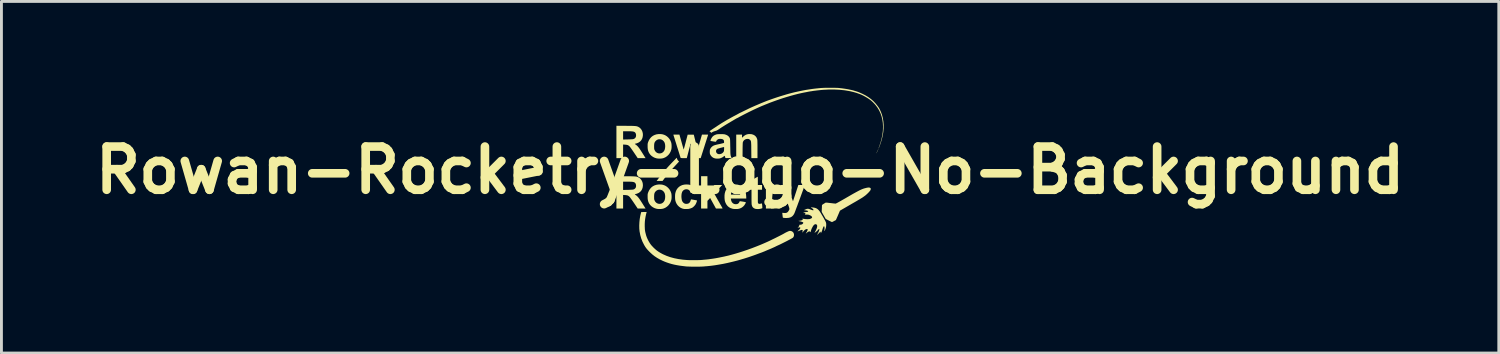
<source format=kicad_pcb>
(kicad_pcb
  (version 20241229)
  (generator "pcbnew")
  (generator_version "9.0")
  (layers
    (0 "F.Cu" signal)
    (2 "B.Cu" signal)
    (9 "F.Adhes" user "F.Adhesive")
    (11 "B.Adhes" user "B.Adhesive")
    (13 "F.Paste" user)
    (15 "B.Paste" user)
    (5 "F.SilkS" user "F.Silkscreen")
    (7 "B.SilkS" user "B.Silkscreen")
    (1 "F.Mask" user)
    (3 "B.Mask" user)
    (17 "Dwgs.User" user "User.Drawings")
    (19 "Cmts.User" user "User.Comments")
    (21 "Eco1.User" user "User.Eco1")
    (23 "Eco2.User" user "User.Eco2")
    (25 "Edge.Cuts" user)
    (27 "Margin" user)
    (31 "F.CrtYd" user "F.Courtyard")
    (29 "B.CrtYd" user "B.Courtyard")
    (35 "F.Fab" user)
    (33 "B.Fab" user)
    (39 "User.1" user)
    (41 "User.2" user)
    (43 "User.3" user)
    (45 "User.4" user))
  (footprint "Rowan-Rocketry-Logo-No-Background"
    (layer "F.Cu")
    (at 23.014 2.865)
    (property "Reference" "Rowan-Rocketry-Logo-No-Background" (at 0 0 0) (layer "F.SilkS") (effects (font (size 1.5 1.5) (thickness 0.3))))
    (attr board_only exclude_from_pos_files exclude_from_bom)
    (fp_poly (pts (xy 4.46 -0.742) (xy 4.454 -0.727) (xy 4.445 -0.706) (xy 4.434 -0.682) (xy 4.423 -0.656) (xy 4.411 -0.631) (xy 4.401 -0.609) (xy 4.393 -0.594) (xy 4.388 -0.586) (xy 4.388 -0.586) (xy 4.389 -0.591) (xy 4.394 -0.606) (xy 4.403 -0.627) (xy 4.415 -0.654) (xy 4.421 -0.668) (xy 4.435 -0.697) (xy 4.446 -0.721) (xy 4.455 -0.738) (xy 4.46 -0.747) (xy 4.461 -0.748)) (stroke (width 0) (type solid)) (fill yes) (layer "F.SilkS"))
    (fp_poly (pts (xy -2.538 -0.398) (xy -2.524 -0.364) (xy -2.503 -0.336) (xy -2.479 -0.315) (xy -2.476 -0.313) (xy -2.472 -0.31) (xy -2.471 -0.305) (xy -2.475 -0.298) (xy -2.484 -0.286) (xy -2.499 -0.269) (xy -2.522 -0.245) (xy -2.53 -0.235) (xy -2.62 -0.139) (xy -2.701 -0.05) (xy -2.775 0.035) (xy -2.843 0.115) (xy -2.906 0.193) (xy -2.965 0.27) (xy -2.974 0.281) (xy -3.042 0.372) (xy -3.145 0.372) (xy -3.248 0.372) (xy -3.161 0.258) (xy -3.127 0.214) (xy -3.1 0.178) (xy -3.077 0.148) (xy -3.057 0.123) (xy -3.039 0.1) (xy -3.021 0.078) (xy -3.002 0.056) (xy -2.981 0.031) (xy -2.956 0.002) (xy -2.951 -0.004) (xy -2.92 -0.04) (xy -2.893 -0.071) (xy -2.87 -0.097) (xy -2.848 -0.121) (xy -2.827 -0.145) (xy -2.804 -0.169) (xy -2.779 -0.196) (xy -2.749 -0.228) (xy -2.713 -0.265) (xy -2.684 -0.295) (xy -2.55 -0.434)) (stroke (width 0) (type solid)) (fill yes) (layer "F.SilkS"))
    (fp_poly (pts (xy -1.482 0.498) (xy -1.48 0.789) (xy -1.36 0.651) (xy -1.239 0.513) (xy -1.105 0.513) (xy -0.97 0.513) (xy -1.106 0.659) (xy -1.139 0.695) (xy -1.169 0.727) (xy -1.195 0.756) (xy -1.217 0.78) (xy -1.233 0.798) (xy -1.242 0.808) (xy -1.244 0.811) (xy -1.241 0.817) (xy -1.233 0.833) (xy -1.22 0.857) (xy -1.203 0.888) (xy -1.182 0.926) (xy -1.158 0.969) (xy -1.131 1.017) (xy -1.105 1.063) (xy -1.076 1.113) (xy -1.049 1.161) (xy -1.024 1.204) (xy -1.002 1.242) (xy -0.984 1.274) (xy -0.97 1.298) (xy -0.961 1.314) (xy -0.958 1.32) (xy -0.956 1.324) (xy -0.958 1.326) (xy -0.964 1.328) (xy -0.976 1.33) (xy -0.996 1.33) (xy -1.025 1.331) (xy -1.064 1.331) (xy -1.07 1.331) (xy -1.187 1.33) (xy -1.288 1.147) (xy -1.389 0.964) (xy -1.436 1.015) (xy -1.483 1.065) (xy -1.483 1.198) (xy -1.483 1.331) (xy -1.593 1.331) (xy -1.703 1.331) (xy -1.703 0.769) (xy -1.703 0.208) (xy -1.593 0.208) (xy -1.483 0.208)) (stroke (width 0) (type solid)) (fill yes) (layer "F.SilkS"))
    (fp_poly (pts (xy 0.046 -1.253) (xy 0.101 -1.238) (xy 0.148 -1.215) (xy 0.187 -1.183) (xy 0.218 -1.144) (xy 0.24 -1.096) (xy 0.25 -1.06) (xy 0.251 -1.044) (xy 0.253 -1.016) (xy 0.254 -0.977) (xy 0.255 -0.928) (xy 0.256 -0.868) (xy 0.256 -0.799) (xy 0.256 -0.722) (xy 0.256 -0.421) (xy 0.15 -0.421) (xy 0.044 -0.421) (xy 0.041 -0.697) (xy 0.04 -0.768) (xy 0.04 -0.828) (xy 0.039 -0.878) (xy 0.037 -0.918) (xy 0.035 -0.951) (xy 0.033 -0.977) (xy 0.03 -0.998) (xy 0.026 -1.014) (xy 0.021 -1.026) (xy 0.015 -1.036) (xy 0.007 -1.045) (xy -0.001 -1.054) (xy -0.001 -1.054) (xy -0.024 -1.072) (xy -0.045 -1.083) (xy -0.069 -1.088) (xy -0.092 -1.089) (xy -0.137 -1.083) (xy -0.177 -1.067) (xy -0.211 -1.042) (xy -0.237 -1.007) (xy -0.248 -0.983) (xy -0.251 -0.975) (xy -0.253 -0.965) (xy -0.255 -0.953) (xy -0.256 -0.936) (xy -0.257 -0.913) (xy -0.258 -0.884) (xy -0.259 -0.848) (xy -0.26 -0.803) (xy -0.261 -0.747) (xy -0.261 -0.688) (xy -0.263 -0.421) (xy -0.373 -0.421) (xy -0.482 -0.421) (xy -0.482 -0.83) (xy -0.482 -1.239) (xy -0.382 -1.239) (xy -0.281 -1.239) (xy -0.281 -1.183) (xy -0.281 -1.128) (xy -0.239 -1.167) (xy -0.193 -1.205) (xy -0.147 -1.232) (xy -0.097 -1.249) (xy -0.043 -1.257) (xy -0.015 -1.257)) (stroke (width 0) (type solid)) (fill yes) (layer "F.SilkS"))
    (fp_poly (pts (xy 0.266 0.232) (xy 0.267 0.248) (xy 0.268 0.273) (xy 0.268 0.306) (xy 0.269 0.343) (xy 0.269 0.369) (xy 0.269 0.513) (xy 0.342 0.513) (xy 0.415 0.513) (xy 0.415 0.595) (xy 0.415 0.678) (xy 0.342 0.678) (xy 0.269 0.678) (xy 0.269 0.906) (xy 0.269 0.965) (xy 0.269 1.012) (xy 0.269 1.051) (xy 0.269 1.08) (xy 0.27 1.103) (xy 0.271 1.119) (xy 0.273 1.131) (xy 0.275 1.139) (xy 0.277 1.144) (xy 0.28 1.149) (xy 0.281 1.149) (xy 0.297 1.163) (xy 0.319 1.169) (xy 0.347 1.167) (xy 0.365 1.163) (xy 0.385 1.158) (xy 0.401 1.155) (xy 0.407 1.154) (xy 0.41 1.159) (xy 0.414 1.174) (xy 0.417 1.196) (xy 0.42 1.222) (xy 0.422 1.25) (xy 0.424 1.276) (xy 0.425 1.298) (xy 0.425 1.313) (xy 0.423 1.319) (xy 0.415 1.323) (xy 0.398 1.329) (xy 0.376 1.335) (xy 0.37 1.337) (xy 0.328 1.345) (xy 0.283 1.349) (xy 0.239 1.348) (xy 0.199 1.344) (xy 0.173 1.338) (xy 0.131 1.319) (xy 0.099 1.293) (xy 0.075 1.26) (xy 0.06 1.218) (xy 0.055 1.197) (xy 0.054 1.183) (xy 0.052 1.159) (xy 0.051 1.124) (xy 0.05 1.082) (xy 0.049 1.033) (xy 0.049 0.979) (xy 0.049 0.921) (xy 0.049 0.921) (xy 0.049 0.678) (xy 0 0.678) (xy -0.049 0.678) (xy -0.049 0.595) (xy -0.049 0.513) (xy 0 0.513) (xy 0.049 0.513) (xy 0.049 0.432) (xy 0.049 0.351) (xy 0.155 0.288) (xy 0.187 0.269) (xy 0.216 0.253) (xy 0.24 0.239) (xy 0.256 0.23) (xy 0.264 0.226) (xy 0.265 0.226)) (stroke (width 0) (type solid)) (fill yes) (layer "F.SilkS"))
    (fp_poly (pts (xy -3.087 -1.255) (xy -3.034 -1.246) (xy -2.985 -1.23) (xy -2.948 -1.214) (xy -2.894 -1.18) (xy -2.845 -1.137) (xy -2.802 -1.086) (xy -2.768 -1.029) (xy -2.744 -0.967) (xy -2.737 -0.943) (xy -2.731 -0.901) (xy -2.728 -0.853) (xy -2.728 -0.802) (xy -2.732 -0.754) (xy -2.74 -0.713) (xy -2.763 -0.647) (xy -2.796 -0.587) (xy -2.837 -0.534) (xy -2.886 -0.488) (xy -2.941 -0.451) (xy -3.001 -0.424) (xy -3.046 -0.412) (xy -3.081 -0.407) (xy -3.123 -0.404) (xy -3.167 -0.404) (xy -3.209 -0.407) (xy -3.244 -0.412) (xy -3.245 -0.412) (xy -3.312 -0.432) (xy -3.373 -0.462) (xy -3.427 -0.5) (xy -3.473 -0.546) (xy -3.51 -0.599) (xy -3.517 -0.613) (xy -3.534 -0.651) (xy -3.547 -0.69) (xy -3.555 -0.731) (xy -3.56 -0.779) (xy -3.561 -0.83) (xy -3.336 -0.83) (xy -3.335 -0.794) (xy -3.335 -0.767) (xy -3.333 -0.747) (xy -3.33 -0.73) (xy -3.325 -0.716) (xy -3.322 -0.708) (xy -3.299 -0.664) (xy -3.268 -0.629) (xy -3.232 -0.604) (xy -3.19 -0.588) (xy -3.146 -0.583) (xy -3.1 -0.589) (xy -3.07 -0.599) (xy -3.037 -0.619) (xy -3.006 -0.648) (xy -2.982 -0.683) (xy -2.967 -0.717) (xy -2.955 -0.771) (xy -2.95 -0.827) (xy -2.953 -0.882) (xy -2.963 -0.932) (xy -2.973 -0.961) (xy -2.984 -0.981) (xy -2.999 -1.003) (xy -3.013 -1.019) (xy -3.048 -1.049) (xy -3.088 -1.068) (xy -3.13 -1.077) (xy -3.174 -1.076) (xy -3.215 -1.064) (xy -3.254 -1.042) (xy -3.284 -1.015) (xy -3.303 -0.991) (xy -3.317 -0.967) (xy -3.326 -0.941) (xy -3.332 -0.909) (xy -3.335 -0.87) (xy -3.336 -0.83) (xy -3.561 -0.83) (xy -3.561 -0.833) (xy -3.561 -0.87) (xy -3.561 -0.897) (xy -3.559 -0.918) (xy -3.556 -0.935) (xy -3.552 -0.952) (xy -3.545 -0.972) (xy -3.545 -0.974) (xy -3.515 -1.043) (xy -3.477 -1.103) (xy -3.432 -1.154) (xy -3.379 -1.195) (xy -3.32 -1.225) (xy -3.255 -1.246) (xy -3.183 -1.256) (xy -3.147 -1.257)) (stroke (width 0) (type solid)) (fill yes) (layer "F.SilkS"))
    (fp_poly (pts (xy -3.087 0.497) (xy -3.034 0.506) (xy -2.985 0.522) (xy -2.948 0.538) (xy -2.894 0.572) (xy -2.845 0.615) (xy -2.802 0.666) (xy -2.768 0.723) (xy -2.744 0.785) (xy -2.737 0.809) (xy -2.731 0.85) (xy -2.728 0.899) (xy -2.728 0.95) (xy -2.732 0.998) (xy -2.74 1.039) (xy -2.763 1.105) (xy -2.796 1.165) (xy -2.837 1.218) (xy -2.886 1.264) (xy -2.941 1.301) (xy -3.001 1.328) (xy -3.046 1.34) (xy -3.081 1.345) (xy -3.123 1.348) (xy -3.167 1.348) (xy -3.209 1.345) (xy -3.244 1.34) (xy -3.245 1.34) (xy -3.312 1.32) (xy -3.373 1.29) (xy -3.427 1.252) (xy -3.473 1.206) (xy -3.51 1.153) (xy -3.517 1.139) (xy -3.534 1.101) (xy -3.547 1.062) (xy -3.555 1.021) (xy -3.56 0.973) (xy -3.561 0.922) (xy -3.336 0.922) (xy -3.335 0.958) (xy -3.335 0.985) (xy -3.333 1.005) (xy -3.33 1.021) (xy -3.325 1.036) (xy -3.322 1.044) (xy -3.299 1.088) (xy -3.268 1.123) (xy -3.232 1.148) (xy -3.19 1.164) (xy -3.146 1.169) (xy -3.1 1.163) (xy -3.07 1.153) (xy -3.037 1.133) (xy -3.006 1.104) (xy -2.982 1.069) (xy -2.967 1.035) (xy -2.955 0.981) (xy -2.95 0.925) (xy -2.953 0.87) (xy -2.963 0.819) (xy -2.973 0.791) (xy -2.984 0.771) (xy -2.999 0.748) (xy -3.013 0.733) (xy -3.048 0.703) (xy -3.088 0.684) (xy -3.13 0.675) (xy -3.174 0.676) (xy -3.215 0.688) (xy -3.254 0.709) (xy -3.284 0.737) (xy -3.303 0.76) (xy -3.317 0.785) (xy -3.326 0.811) (xy -3.332 0.843) (xy -3.335 0.882) (xy -3.336 0.922) (xy -3.561 0.922) (xy -3.561 0.919) (xy -3.561 0.882) (xy -3.561 0.855) (xy -3.559 0.834) (xy -3.556 0.817) (xy -3.552 0.8) (xy -3.545 0.78) (xy -3.545 0.778) (xy -3.515 0.709) (xy -3.477 0.649) (xy -3.432 0.598) (xy -3.379 0.557) (xy -3.32 0.527) (xy -3.255 0.506) (xy -3.183 0.496) (xy -3.147 0.495)) (stroke (width 0) (type solid)) (fill yes) (layer "F.SilkS"))
    (fp_poly (pts (xy -4.32 -1.543) (xy -4.244 -1.542) (xy -4.178 -1.541) (xy -4.123 -1.541) (xy -4.077 -1.54) (xy -4.038 -1.538) (xy -4.006 -1.536) (xy -3.98 -1.534) (xy -3.958 -1.531) (xy -3.939 -1.527) (xy -3.923 -1.523) (xy -3.908 -1.517) (xy -3.893 -1.511) (xy -3.879 -1.504) (xy -3.835 -1.476) (xy -3.797 -1.438) (xy -3.766 -1.393) (xy -3.743 -1.342) (xy -3.729 -1.286) (xy -3.725 -1.227) (xy -3.726 -1.209) (xy -3.735 -1.146) (xy -3.755 -1.089) (xy -3.784 -1.04) (xy -3.823 -0.998) (xy -3.871 -0.964) (xy -3.928 -0.939) (xy -3.957 -0.93) (xy -3.978 -0.925) (xy -3.995 -0.92) (xy -4.004 -0.918) (xy -4.004 -0.913) (xy -3.995 -0.904) (xy -3.98 -0.893) (xy -3.958 -0.878) (xy -3.938 -0.861) (xy -3.918 -0.843) (xy -3.898 -0.821) (xy -3.876 -0.795) (xy -3.852 -0.763) (xy -3.826 -0.726) (xy -3.796 -0.68) (xy -3.762 -0.627) (xy -3.722 -0.564) (xy -3.716 -0.554) (xy -3.633 -0.421) (xy -3.769 -0.421) (xy -3.906 -0.421) (xy -4.029 -0.605) (xy -4.059 -0.649) (xy -4.088 -0.691) (xy -4.115 -0.73) (xy -4.14 -0.764) (xy -4.161 -0.793) (xy -4.176 -0.813) (xy -4.185 -0.824) (xy -4.209 -0.847) (xy -4.233 -0.864) (xy -4.259 -0.876) (xy -4.291 -0.883) (xy -4.331 -0.888) (xy -4.346 -0.889) (xy -4.413 -0.893) (xy -4.413 -0.657) (xy -4.413 -0.421) (xy -4.529 -0.421) (xy -4.645 -0.421) (xy -4.645 -0.983) (xy -4.645 -1.211) (xy -4.413 -1.211) (xy -4.413 -1.066) (xy -4.253 -1.07) (xy -4.208 -1.071) (xy -4.165 -1.073) (xy -4.127 -1.075) (xy -4.095 -1.077) (xy -4.072 -1.079) (xy -4.06 -1.081) (xy -4.028 -1.093) (xy -3.999 -1.115) (xy -3.978 -1.142) (xy -3.968 -1.166) (xy -3.962 -1.202) (xy -3.964 -1.238) (xy -3.972 -1.272) (xy -3.984 -1.296) (xy -3.996 -1.311) (xy -4.009 -1.323) (xy -4.026 -1.333) (xy -4.046 -1.34) (xy -4.072 -1.346) (xy -4.104 -1.35) (xy -4.145 -1.353) (xy -4.195 -1.354) (xy -4.255 -1.355) (xy -4.275 -1.355) (xy -4.413 -1.355) (xy -4.413 -1.211) (xy -4.645 -1.211) (xy -4.645 -1.545)) (stroke (width 0) (type solid)) (fill yes) (layer "F.SilkS"))
    (fp_poly (pts (xy -4.32 0.209) (xy -4.244 0.21) (xy -4.178 0.21) (xy -4.123 0.211) (xy -4.077 0.212) (xy -4.038 0.214) (xy -4.006 0.216) (xy -3.98 0.218) (xy -3.958 0.221) (xy -3.939 0.225) (xy -3.923 0.229) (xy -3.908 0.235) (xy -3.893 0.241) (xy -3.879 0.248) (xy -3.835 0.276) (xy -3.797 0.314) (xy -3.766 0.359) (xy -3.743 0.41) (xy -3.729 0.466) (xy -3.725 0.525) (xy -3.726 0.543) (xy -3.735 0.606) (xy -3.755 0.663) (xy -3.784 0.712) (xy -3.823 0.754) (xy -3.871 0.788) (xy -3.928 0.813) (xy -3.957 0.822) (xy -3.978 0.827) (xy -3.995 0.832) (xy -4.004 0.834) (xy -4.004 0.839) (xy -3.995 0.848) (xy -3.98 0.859) (xy -3.958 0.874) (xy -3.938 0.89) (xy -3.918 0.909) (xy -3.898 0.931) (xy -3.876 0.957) (xy -3.852 0.989) (xy -3.826 1.026) (xy -3.796 1.072) (xy -3.762 1.125) (xy -3.722 1.188) (xy -3.716 1.198) (xy -3.633 1.331) (xy -3.769 1.331) (xy -3.906 1.331) (xy -4.029 1.147) (xy -4.059 1.103) (xy -4.088 1.061) (xy -4.115 1.022) (xy -4.14 0.988) (xy -4.161 0.959) (xy -4.176 0.939) (xy -4.185 0.928) (xy -4.209 0.905) (xy -4.233 0.888) (xy -4.259 0.876) (xy -4.291 0.869) (xy -4.331 0.864) (xy -4.346 0.863) (xy -4.413 0.859) (xy -4.413 1.095) (xy -4.413 1.331) (xy -4.529 1.331) (xy -4.645 1.331) (xy -4.645 0.769) (xy -4.645 0.541) (xy -4.413 0.541) (xy -4.413 0.685) (xy -4.253 0.682) (xy -4.208 0.681) (xy -4.165 0.679) (xy -4.127 0.677) (xy -4.095 0.675) (xy -4.072 0.673) (xy -4.06 0.671) (xy -4.028 0.659) (xy -3.999 0.637) (xy -3.978 0.61) (xy -3.968 0.586) (xy -3.962 0.55) (xy -3.964 0.514) (xy -3.972 0.48) (xy -3.984 0.456) (xy -3.996 0.441) (xy -4.009 0.429) (xy -4.026 0.419) (xy -4.046 0.412) (xy -4.072 0.406) (xy -4.104 0.402) (xy -4.145 0.399) (xy -4.195 0.398) (xy -4.255 0.397) (xy -4.275 0.397) (xy -4.413 0.397) (xy -4.413 0.541) (xy -4.645 0.541) (xy -4.645 0.207)) (stroke (width 0) (type solid)) (fill yes) (layer "F.SilkS"))
    (fp_poly (pts (xy -0.446 0.499) (xy -0.384 0.514) (xy -0.328 0.538) (xy -0.277 0.573) (xy -0.25 0.597) (xy -0.211 0.644) (xy -0.18 0.698) (xy -0.158 0.759) (xy -0.143 0.828) (xy -0.136 0.905) (xy -0.133 0.983) (xy -0.401 0.983) (xy -0.669 0.983) (xy -0.664 1.021) (xy -0.653 1.069) (xy -0.633 1.11) (xy -0.605 1.142) (xy -0.57 1.165) (xy -0.53 1.178) (xy -0.498 1.18) (xy -0.457 1.177) (xy -0.425 1.165) (xy -0.399 1.145) (xy -0.384 1.125) (xy -0.374 1.108) (xy -0.368 1.094) (xy -0.366 1.089) (xy -0.362 1.079) (xy -0.36 1.077) (xy -0.352 1.077) (xy -0.334 1.078) (xy -0.31 1.082) (xy -0.281 1.086) (xy -0.25 1.091) (xy -0.219 1.096) (xy -0.191 1.102) (xy -0.168 1.106) (xy -0.154 1.11) (xy -0.15 1.112) (xy -0.149 1.121) (xy -0.155 1.138) (xy -0.167 1.164) (xy -0.168 1.165) (xy -0.201 1.218) (xy -0.243 1.263) (xy -0.293 1.3) (xy -0.349 1.327) (xy -0.395 1.34) (xy -0.433 1.346) (xy -0.478 1.348) (xy -0.526 1.348) (xy -0.571 1.345) (xy -0.61 1.339) (xy -0.615 1.337) (xy -0.678 1.316) (xy -0.733 1.286) (xy -0.78 1.246) (xy -0.819 1.198) (xy -0.841 1.159) (xy -0.859 1.121) (xy -0.871 1.086) (xy -0.88 1.05) (xy -0.885 1.01) (xy -0.889 0.963) (xy -0.889 0.952) (xy -0.889 0.875) (xy -0.884 0.832) (xy -0.665 0.832) (xy -0.665 0.848) (xy -0.506 0.848) (xy -0.346 0.848) (xy -0.35 0.816) (xy -0.355 0.794) (xy -0.364 0.767) (xy -0.374 0.745) (xy -0.387 0.721) (xy -0.4 0.705) (xy -0.417 0.692) (xy -0.426 0.686) (xy -0.466 0.668) (xy -0.507 0.662) (xy -0.546 0.666) (xy -0.582 0.681) (xy -0.613 0.704) (xy -0.638 0.737) (xy -0.656 0.777) (xy -0.657 0.783) (xy -0.662 0.804) (xy -0.665 0.824) (xy -0.665 0.832) (xy -0.884 0.832) (xy -0.881 0.806) (xy -0.864 0.744) (xy -0.84 0.687) (xy -0.81 0.639) (xy -0.768 0.59) (xy -0.719 0.551) (xy -0.663 0.522) (xy -0.601 0.503) (xy -0.534 0.495) (xy -0.516 0.495)) (stroke (width 0) (type solid)) (fill yes) (layer "F.SilkS"))
    (fp_poly (pts (xy -2.143 0.498) (xy -2.08 0.51) (xy -2.026 0.53) (xy -1.978 0.559) (xy -1.937 0.597) (xy -1.912 0.629) (xy -1.896 0.653) (xy -1.881 0.679) (xy -1.87 0.704) (xy -1.861 0.726) (xy -1.858 0.742) (xy -1.859 0.75) (xy -1.867 0.753) (xy -1.883 0.756) (xy -1.907 0.761) (xy -1.935 0.767) (xy -1.966 0.772) (xy -1.996 0.777) (xy -2.023 0.782) (xy -2.046 0.785) (xy -2.061 0.787) (xy -2.066 0.787) (xy -2.069 0.78) (xy -2.074 0.766) (xy -2.078 0.753) (xy -2.095 0.719) (xy -2.119 0.693) (xy -2.149 0.674) (xy -2.183 0.664) (xy -2.219 0.661) (xy -2.255 0.666) (xy -2.289 0.679) (xy -2.32 0.7) (xy -2.346 0.729) (xy -2.362 0.757) (xy -2.376 0.8) (xy -2.384 0.852) (xy -2.387 0.908) (xy -2.384 0.966) (xy -2.375 1.023) (xy -2.369 1.049) (xy -2.353 1.086) (xy -2.328 1.12) (xy -2.296 1.146) (xy -2.289 1.15) (xy -2.268 1.161) (xy -2.25 1.166) (xy -2.228 1.168) (xy -2.213 1.169) (xy -2.17 1.164) (xy -2.134 1.151) (xy -2.105 1.127) (xy -2.082 1.094) (xy -2.065 1.05) (xy -2.065 1.05) (xy -2.06 1.031) (xy -2.055 1.018) (xy -2.054 1.014) (xy -2.047 1.014) (xy -2.031 1.016) (xy -2.008 1.02) (xy -1.98 1.024) (xy -1.95 1.03) (xy -1.919 1.035) (xy -1.892 1.04) (xy -1.869 1.045) (xy -1.853 1.048) (xy -1.847 1.05) (xy -1.846 1.059) (xy -1.85 1.075) (xy -1.856 1.098) (xy -1.866 1.124) (xy -1.877 1.15) (xy -1.889 1.175) (xy -1.909 1.207) (xy -1.937 1.24) (xy -1.968 1.271) (xy -2 1.296) (xy -2.022 1.308) (xy -2.079 1.33) (xy -2.139 1.344) (xy -2.204 1.348) (xy -2.218 1.348) (xy -2.247 1.348) (xy -2.273 1.347) (xy -2.293 1.346) (xy -2.301 1.345) (xy -2.363 1.329) (xy -2.42 1.302) (xy -2.471 1.265) (xy -2.516 1.22) (xy -2.553 1.167) (xy -2.581 1.108) (xy -2.598 1.05) (xy -2.604 1.014) (xy -2.607 0.97) (xy -2.608 0.921) (xy -2.607 0.873) (xy -2.604 0.829) (xy -2.598 0.794) (xy -2.578 0.726) (xy -2.548 0.666) (xy -2.51 0.615) (xy -2.463 0.572) (xy -2.409 0.538) (xy -2.348 0.513) (xy -2.281 0.499) (xy -2.215 0.494)) (stroke (width 0) (type solid)) (fill yes) (layer "F.SilkS"))
    (fp_poly (pts (xy -2.383 -0.98) (xy -2.368 -0.926) (xy -2.354 -0.876) (xy -2.341 -0.831) (xy -2.329 -0.792) (xy -2.32 -0.76) (xy -2.313 -0.737) (xy -2.309 -0.723) (xy -2.307 -0.72) (xy -2.305 -0.726) (xy -2.3 -0.742) (xy -2.293 -0.768) (xy -2.284 -0.802) (xy -2.272 -0.843) (xy -2.26 -0.89) (xy -2.246 -0.941) (xy -2.237 -0.978) (xy -2.17 -1.236) (xy -2.063 -1.236) (xy -1.957 -1.236) (xy -1.893 -0.978) (xy -1.879 -0.924) (xy -1.866 -0.874) (xy -1.855 -0.829) (xy -1.845 -0.79) (xy -1.836 -0.759) (xy -1.83 -0.736) (xy -1.826 -0.723) (xy -1.825 -0.72) (xy -1.823 -0.726) (xy -1.817 -0.742) (xy -1.81 -0.768) (xy -1.799 -0.801) (xy -1.788 -0.841) (xy -1.774 -0.887) (xy -1.76 -0.936) (xy -1.756 -0.951) (xy -1.741 -1.003) (xy -1.726 -1.052) (xy -1.713 -1.098) (xy -1.702 -1.138) (xy -1.692 -1.17) (xy -1.685 -1.195) (xy -1.681 -1.209) (xy -1.681 -1.21) (xy -1.672 -1.239) (xy -1.565 -1.239) (xy -1.526 -1.239) (xy -1.498 -1.239) (xy -1.479 -1.238) (xy -1.468 -1.237) (xy -1.462 -1.234) (xy -1.46 -1.231) (xy -1.46 -1.228) (xy -1.463 -1.221) (xy -1.468 -1.203) (xy -1.477 -1.175) (xy -1.489 -1.138) (xy -1.503 -1.094) (xy -1.519 -1.043) (xy -1.537 -0.986) (xy -1.557 -0.925) (xy -1.578 -0.859) (xy -1.59 -0.82) (xy -1.717 -0.421) (xy -1.822 -0.421) (xy -1.927 -0.421) (xy -1.993 -0.67) (xy -2.007 -0.723) (xy -2.02 -0.773) (xy -2.032 -0.818) (xy -2.043 -0.857) (xy -2.052 -0.888) (xy -2.058 -0.911) (xy -2.062 -0.924) (xy -2.063 -0.926) (xy -2.065 -0.922) (xy -2.07 -0.907) (xy -2.077 -0.883) (xy -2.087 -0.85) (xy -2.098 -0.81) (xy -2.11 -0.765) (xy -2.124 -0.714) (xy -2.133 -0.677) (xy -2.2 -0.421) (xy -2.306 -0.421) (xy -2.347 -0.421) (xy -2.377 -0.422) (xy -2.398 -0.424) (xy -2.41 -0.426) (xy -2.414 -0.429) (xy -2.414 -0.429) (xy -2.417 -0.435) (xy -2.422 -0.452) (xy -2.43 -0.479) (xy -2.441 -0.513) (xy -2.454 -0.555) (xy -2.469 -0.602) (xy -2.485 -0.654) (xy -2.503 -0.71) (xy -2.521 -0.768) (xy -2.54 -0.827) (xy -2.558 -0.886) (xy -2.576 -0.945) (xy -2.594 -1) (xy -2.61 -1.053) (xy -2.625 -1.101) (xy -2.638 -1.143) (xy -2.649 -1.178) (xy -2.658 -1.205) (xy -2.664 -1.223) (xy -2.665 -1.228) (xy -2.666 -1.232) (xy -2.663 -1.235) (xy -2.655 -1.237) (xy -2.642 -1.238) (xy -2.62 -1.239) (xy -2.589 -1.239) (xy -2.562 -1.239) (xy -2.456 -1.239)) (stroke (width 0) (type solid)) (fill yes) (layer "F.SilkS"))
    (fp_poly (pts (xy 4.155 0.605) (xy 4.178 0.616) (xy 4.191 0.633) (xy 4.193 0.655) (xy 4.185 0.684) (xy 4.18 0.695) (xy 4.169 0.712) (xy 4.15 0.735) (xy 4.126 0.762) (xy 4.098 0.792) (xy 4.067 0.821) (xy 4.037 0.849) (xy 4.008 0.874) (xy 3.992 0.886) (xy 3.977 0.897) (xy 3.963 0.907) (xy 3.949 0.917) (xy 3.935 0.927) (xy 3.92 0.938) (xy 3.903 0.949) (xy 3.884 0.961) (xy 3.863 0.974) (xy 3.838 0.989) (xy 3.808 1.007) (xy 3.774 1.027) (xy 3.735 1.05) (xy 3.69 1.077) (xy 3.638 1.107) (xy 3.578 1.141) (xy 3.511 1.18) (xy 3.435 1.224) (xy 3.35 1.273) (xy 3.255 1.328) (xy 3.241 1.336) (xy 3.122 1.405) (xy 3.071 1.525) (xy 3.054 1.564) (xy 3.038 1.602) (xy 3.022 1.637) (xy 3.01 1.666) (xy 3.001 1.686) (xy 3 1.689) (xy 2.98 1.732) (xy 2.916 1.766) (xy 2.89 1.78) (xy 2.868 1.791) (xy 2.852 1.798) (xy 2.844 1.801) (xy 2.836 1.798) (xy 2.819 1.79) (xy 2.795 1.779) (xy 2.766 1.764) (xy 2.733 1.748) (xy 2.732 1.747) (xy 2.628 1.693) (xy 2.557 1.569) (xy 2.534 1.529) (xy 2.517 1.499) (xy 2.504 1.476) (xy 2.496 1.458) (xy 2.49 1.445) (xy 2.488 1.435) (xy 2.487 1.426) (xy 2.488 1.417) (xy 2.489 1.399) (xy 2.491 1.372) (xy 2.492 1.34) (xy 2.494 1.305) (xy 2.495 1.272) (xy 2.496 1.244) (xy 2.497 1.224) (xy 2.497 1.223) (xy 2.497 1.215) (xy 2.501 1.207) (xy 2.51 1.199) (xy 2.524 1.188) (xy 2.547 1.173) (xy 2.557 1.167) (xy 2.582 1.152) (xy 2.603 1.139) (xy 2.619 1.13) (xy 2.626 1.126) (xy 2.633 1.125) (xy 2.648 1.126) (xy 2.67 1.127) (xy 2.702 1.13) (xy 2.743 1.135) (xy 2.795 1.141) (xy 2.858 1.148) (xy 2.878 1.151) (xy 2.908 1.154) (xy 2.936 1.157) (xy 2.958 1.159) (xy 2.97 1.16) (xy 2.977 1.158) (xy 2.991 1.152) (xy 3.013 1.141) (xy 3.042 1.126) (xy 3.078 1.106) (xy 3.124 1.081) (xy 3.178 1.05) (xy 3.241 1.014) (xy 3.315 0.972) (xy 3.354 0.949) (xy 3.441 0.899) (xy 3.517 0.855) (xy 3.585 0.816) (xy 3.645 0.783) (xy 3.698 0.754) (xy 3.745 0.729) (xy 3.786 0.707) (xy 3.822 0.689) (xy 3.855 0.674) (xy 3.885 0.661) (xy 3.913 0.65) (xy 3.94 0.64) (xy 3.967 0.632) (xy 3.994 0.624) (xy 4.011 0.62) (xy 4.06 0.608) (xy 4.101 0.602) (xy 4.133 0.602)) (stroke (width 0) (type solid)) (fill yes) (layer "F.SilkS"))
    (fp_poly (pts (xy -0.958 -1.254) (xy -0.921 -1.252) (xy -0.892 -1.249) (xy -0.879 -1.246) (xy -0.828 -1.229) (xy -0.783 -1.205) (xy -0.746 -1.175) (xy -0.719 -1.14) (xy -0.705 -1.111) (xy -0.702 -1.102) (xy -0.7 -1.091) (xy -0.698 -1.078) (xy -0.696 -1.062) (xy -0.695 -1.04) (xy -0.694 -1.013) (xy -0.693 -0.978) (xy -0.692 -0.934) (xy -0.691 -0.881) (xy -0.69 -0.817) (xy -0.689 -0.812) (xy -0.688 -0.745) (xy -0.687 -0.688) (xy -0.686 -0.642) (xy -0.685 -0.603) (xy -0.683 -0.572) (xy -0.68 -0.546) (xy -0.678 -0.525) (xy -0.674 -0.506) (xy -0.669 -0.49) (xy -0.664 -0.474) (xy -0.657 -0.458) (xy -0.653 -0.449) (xy -0.641 -0.421) (xy -0.749 -0.423) (xy -0.858 -0.424) (xy -0.869 -0.462) (xy -0.876 -0.482) (xy -0.882 -0.496) (xy -0.887 -0.501) (xy -0.894 -0.497) (xy -0.907 -0.487) (xy -0.916 -0.48) (xy -0.952 -0.454) (xy -0.994 -0.432) (xy -1.037 -0.415) (xy -1.047 -0.412) (xy -1.08 -0.406) (xy -1.12 -0.404) (xy -1.162 -0.404) (xy -1.201 -0.408) (xy -1.227 -0.413) (xy -1.278 -0.432) (xy -1.322 -0.462) (xy -1.359 -0.501) (xy -1.384 -0.543) (xy -1.392 -0.56) (xy -1.397 -0.576) (xy -1.399 -0.593) (xy -1.401 -0.617) (xy -1.401 -0.641) (xy -1.401 -0.671) (xy -1.4 -0.674) (xy -1.184 -0.674) (xy -1.183 -0.645) (xy -1.174 -0.617) (xy -1.157 -0.593) (xy -1.133 -0.573) (xy -1.104 -0.561) (xy -1.072 -0.558) (xy -1.035 -0.563) (xy -0.999 -0.574) (xy -0.991 -0.577) (xy -0.959 -0.598) (xy -0.933 -0.624) (xy -0.914 -0.654) (xy -0.911 -0.665) (xy -0.908 -0.678) (xy -0.906 -0.698) (xy -0.905 -0.722) (xy -0.903 -0.747) (xy -0.903 -0.771) (xy -0.903 -0.791) (xy -0.905 -0.803) (xy -0.906 -0.806) (xy -0.917 -0.804) (xy -0.937 -0.8) (xy -0.964 -0.793) (xy -0.995 -0.785) (xy -1.028 -0.777) (xy -1.061 -0.768) (xy -1.09 -0.759) (xy -1.115 -0.752) (xy -1.131 -0.747) (xy -1.136 -0.745) (xy -1.161 -0.726) (xy -1.177 -0.702) (xy -1.184 -0.674) (xy -1.4 -0.674) (xy -1.399 -0.693) (xy -1.396 -0.71) (xy -1.391 -0.727) (xy -1.383 -0.743) (xy -1.358 -0.784) (xy -1.324 -0.819) (xy -1.283 -0.848) (xy -1.277 -0.851) (xy -1.256 -0.86) (xy -1.231 -0.87) (xy -1.199 -0.879) (xy -1.16 -0.889) (xy -1.112 -0.9) (xy -1.068 -0.909) (xy -1.033 -0.917) (xy -0.999 -0.925) (xy -0.969 -0.932) (xy -0.947 -0.938) (xy -0.943 -0.939) (xy -0.906 -0.95) (xy -0.905 -0.983) (xy -0.907 -1.019) (xy -0.918 -1.046) (xy -0.938 -1.067) (xy -0.968 -1.081) (xy -1.002 -1.088) (xy -1.052 -1.09) (xy -1.094 -1.084) (xy -1.13 -1.067) (xy -1.158 -1.042) (xy -1.175 -1.014) (xy -1.179 -1.004) (xy -1.184 -0.997) (xy -1.19 -0.992) (xy -1.2 -0.991) (xy -1.215 -0.991) (xy -1.237 -0.994) (xy -1.269 -0.999) (xy -1.294 -1.003) (xy -1.377 -1.017) (xy -1.375 -1.035) (xy -1.37 -1.055) (xy -1.359 -1.082) (xy -1.344 -1.111) (xy -1.326 -1.139) (xy -1.308 -1.164) (xy -1.301 -1.171) (xy -1.266 -1.201) (xy -1.225 -1.224) (xy -1.175 -1.243) (xy -1.153 -1.248) (xy -1.122 -1.251) (xy -1.084 -1.254) (xy -1.042 -1.255) (xy -0.999 -1.255)) (stroke (width 0) (type solid)) (fill yes) (layer "F.SilkS"))
    (fp_poly (pts (xy 0.953 0.496) (xy 0.993 0.502) (xy 1.027 0.512) (xy 1.033 0.514) (xy 1.053 0.523) (xy 1.064 0.526) (xy 1.068 0.523) (xy 1.068 0.522) (xy 1.07 0.518) (xy 1.076 0.516) (xy 1.088 0.515) (xy 1.108 0.513) (xy 1.137 0.513) (xy 1.176 0.513) (xy 1.183 0.513) (xy 1.297 0.513) (xy 1.392 0.796) (xy 1.41 0.852) (xy 1.428 0.904) (xy 1.444 0.952) (xy 1.459 0.993) (xy 1.471 1.027) (xy 1.48 1.053) (xy 1.487 1.069) (xy 1.49 1.076) (xy 1.49 1.076) (xy 1.493 1.069) (xy 1.499 1.052) (xy 1.508 1.026) (xy 1.519 0.991) (xy 1.533 0.95) (xy 1.549 0.902) (xy 1.566 0.85) (xy 1.584 0.794) (xy 1.585 0.792) (xy 1.676 0.513) (xy 1.788 0.513) (xy 1.827 0.513) (xy 1.856 0.513) (xy 1.876 0.514) (xy 1.889 0.515) (xy 1.895 0.517) (xy 1.897 0.52) (xy 1.897 0.523) (xy 1.893 0.535) (xy 1.886 0.557) (xy 1.875 0.589) (xy 1.86 0.628) (xy 1.844 0.675) (xy 1.825 0.727) (xy 1.804 0.785) (xy 1.781 0.846) (xy 1.758 0.91) (xy 1.734 0.976) (xy 1.709 1.042) (xy 1.685 1.108) (xy 1.661 1.172) (xy 1.639 1.234) (xy 1.617 1.291) (xy 1.597 1.344) (xy 1.58 1.391) (xy 1.565 1.431) (xy 1.553 1.463) (xy 1.544 1.486) (xy 1.539 1.498) (xy 1.538 1.499) (xy 1.51 1.549) (xy 1.477 1.589) (xy 1.439 1.619) (xy 1.394 1.641) (xy 1.341 1.654) (xy 1.28 1.659) (xy 1.255 1.66) (xy 1.225 1.659) (xy 1.197 1.658) (xy 1.174 1.656) (xy 1.164 1.655) (xy 1.149 1.651) (xy 1.139 1.648) (xy 1.139 1.647) (xy 1.137 1.641) (xy 1.134 1.625) (xy 1.131 1.602) (xy 1.128 1.575) (xy 1.125 1.548) (xy 1.122 1.522) (xy 1.12 1.5) (xy 1.118 1.485) (xy 1.119 1.48) (xy 1.125 1.48) (xy 1.141 1.481) (xy 1.162 1.484) (xy 1.167 1.484) (xy 1.215 1.487) (xy 1.255 1.482) (xy 1.288 1.468) (xy 1.315 1.444) (xy 1.339 1.41) (xy 1.342 1.404) (xy 1.349 1.392) (xy 1.355 1.382) (xy 1.359 1.372) (xy 1.363 1.363) (xy 1.365 1.352) (xy 1.365 1.34) (xy 1.363 1.325) (xy 1.359 1.306) (xy 1.352 1.283) (xy 1.343 1.255) (xy 1.33 1.22) (xy 1.315 1.178) (xy 1.297 1.128) (xy 1.274 1.069) (xy 1.248 1) (xy 1.224 0.935) (xy 1.195 0.858) (xy 1.17 0.792) (xy 1.149 0.736) (xy 1.131 0.689) (xy 1.116 0.651) (xy 1.104 0.62) (xy 1.094 0.596) (xy 1.086 0.578) (xy 1.081 0.566) (xy 1.076 0.559) (xy 1.073 0.555) (xy 1.071 0.555) (xy 1.069 0.557) (xy 1.068 0.559) (xy 1.063 0.572) (xy 1.055 0.594) (xy 1.046 0.62) (xy 1.041 0.635) (xy 1.031 0.662) (xy 1.023 0.685) (xy 1.016 0.703) (xy 1.014 0.709) (xy 1.008 0.726) (xy 0.975 0.71) (xy 0.943 0.698) (xy 0.908 0.693) (xy 0.875 0.696) (xy 0.85 0.704) (xy 0.833 0.716) (xy 0.817 0.731) (xy 0.804 0.752) (xy 0.793 0.778) (xy 0.784 0.81) (xy 0.777 0.85) (xy 0.772 0.898) (xy 0.768 0.954) (xy 0.765 1.021) (xy 0.763 1.098) (xy 0.763 1.177) (xy 0.763 1.331) (xy 0.656 1.331) (xy 0.549 1.331) (xy 0.549 0.922) (xy 0.549 0.513) (xy 0.65 0.513) (xy 0.751 0.513) (xy 0.751 0.565) (xy 0.751 0.618) (xy 0.779 0.58) (xy 0.813 0.541) (xy 0.848 0.514) (xy 0.881 0.5) (xy 0.915 0.495)) (stroke (width 0) (type solid)) (fill yes) (layer "F.SilkS"))
    (fp_poly (pts (xy -3.597 1.451) (xy -3.595 1.451) (xy -3.597 1.457) (xy -3.6 1.472) (xy -3.606 1.495) (xy -3.613 1.523) (xy -3.614 1.527) (xy -3.634 1.619) (xy -3.648 1.704) (xy -3.657 1.785) (xy -3.661 1.867) (xy -3.661 1.953) (xy -3.661 1.959) (xy -3.659 1.995) (xy -3.658 2.028) (xy -3.656 2.055) (xy -3.655 2.074) (xy -3.654 2.082) (xy -3.651 2.097) (xy -3.648 2.118) (xy -3.647 2.124) (xy -3.643 2.146) (xy -3.636 2.175) (xy -3.627 2.21) (xy -3.618 2.246) (xy -3.608 2.28) (xy -3.598 2.308) (xy -3.594 2.32) (xy -3.571 2.375) (xy -3.544 2.432) (xy -3.513 2.488) (xy -3.481 2.54) (xy -3.449 2.585) (xy -3.423 2.617) (xy -3.361 2.683) (xy -3.301 2.74) (xy -3.242 2.79) (xy -3.179 2.834) (xy -3.111 2.875) (xy -3.035 2.916) (xy -3.025 2.921) (xy -2.904 2.974) (xy -2.775 3.02) (xy -2.638 3.057) (xy -2.493 3.086) (xy -2.338 3.108) (xy -2.207 3.119) (xy -2.173 3.121) (xy -2.13 3.123) (xy -2.081 3.124) (xy -2.028 3.124) (xy -1.972 3.125) (xy -1.915 3.125) (xy -1.861 3.124) (xy -1.81 3.123) (xy -1.765 3.122) (xy -1.729 3.121) (xy -1.703 3.119) (xy -1.676 3.117) (xy -1.642 3.114) (xy -1.604 3.11) (xy -1.569 3.107) (xy -1.534 3.104) (xy -1.5 3.101) (xy -1.469 3.097) (xy -1.447 3.095) (xy -1.447 3.095) (xy -1.419 3.091) (xy -1.387 3.086) (xy -1.361 3.083) (xy -1.292 3.073) (xy -1.215 3.061) (xy -1.138 3.047) (xy -1.063 3.033) (xy -1.022 3.024) (xy -0.983 3.016) (xy -0.943 3.008) (xy -0.905 3) (xy -0.874 2.993) (xy -0.861 2.99) (xy -0.807 2.978) (xy -0.744 2.963) (xy -0.673 2.944) (xy -0.596 2.923) (xy -0.515 2.9) (xy -0.432 2.875) (xy -0.35 2.85) (xy -0.269 2.824) (xy -0.229 2.811) (xy -0.082 2.761) (xy 0.067 2.707) (xy 0.215 2.65) (xy 0.358 2.593) (xy 0.464 2.548) (xy 0.493 2.535) (xy 0.519 2.524) (xy 0.539 2.515) (xy 0.551 2.51) (xy 0.552 2.509) (xy 0.582 2.496) (xy 0.62 2.479) (xy 0.665 2.458) (xy 0.715 2.434) (xy 0.769 2.407) (xy 0.826 2.38) (xy 0.883 2.352) (xy 0.94 2.323) (xy 0.994 2.296) (xy 1.045 2.27) (xy 1.09 2.247) (xy 1.128 2.227) (xy 1.158 2.211) (xy 1.172 2.203) (xy 1.211 2.18) (xy 1.251 2.159) (xy 1.289 2.141) (xy 1.324 2.125) (xy 1.352 2.114) (xy 1.372 2.109) (xy 1.374 2.108) (xy 1.412 2.109) (xy 1.448 2.121) (xy 1.48 2.142) (xy 1.506 2.171) (xy 1.51 2.179) (xy 1.523 2.215) (xy 1.526 2.253) (xy 1.52 2.29) (xy 1.504 2.324) (xy 1.486 2.345) (xy 1.475 2.353) (xy 1.455 2.365) (xy 1.427 2.38) (xy 1.392 2.4) (xy 1.351 2.421) (xy 1.306 2.445) (xy 1.258 2.47) (xy 1.208 2.495) (xy 1.158 2.52) (xy 1.11 2.544) (xy 1.064 2.567) (xy 1.022 2.587) (xy 0.985 2.604) (xy 0.977 2.607) (xy 0.947 2.621) (xy 0.921 2.633) (xy 0.902 2.642) (xy 0.89 2.648) (xy 0.888 2.649) (xy 0.88 2.654) (xy 0.863 2.662) (xy 0.837 2.674) (xy 0.806 2.688) (xy 0.77 2.704) (xy 0.732 2.721) (xy 0.692 2.738) (xy 0.654 2.754) (xy 0.641 2.759) (xy 0.605 2.774) (xy 0.565 2.791) (xy 0.528 2.807) (xy 0.501 2.819) (xy 0.467 2.832) (xy 0.428 2.848) (xy 0.389 2.863) (xy 0.363 2.872) (xy 0.329 2.884) (xy 0.288 2.899) (xy 0.246 2.915) (xy 0.206 2.93) (xy 0.201 2.932) (xy 0.157 2.948) (xy 0.106 2.966) (xy 0.051 2.985) (xy -0.006 3.005) (xy -0.063 3.024) (xy -0.116 3.041) (xy -0.164 3.056) (xy -0.202 3.068) (xy -0.208 3.07) (xy -0.239 3.079) (xy -0.278 3.09) (xy -0.318 3.102) (xy -0.354 3.113) (xy -0.411 3.129) (xy -0.478 3.147) (xy -0.552 3.166) (xy -0.63 3.185) (xy -0.709 3.204) (xy -0.787 3.222) (xy -0.862 3.238) (xy -0.93 3.252) (xy -0.968 3.259) (xy -1.1 3.282) (xy -1.222 3.302) (xy -1.333 3.317) (xy -1.433 3.328) (xy -1.485 3.333) (xy -1.518 3.336) (xy -1.55 3.338) (xy -1.577 3.341) (xy -1.593 3.342) (xy -1.625 3.345) (xy -1.666 3.347) (xy -1.716 3.349) (xy -1.771 3.351) (xy -1.83 3.351) (xy -1.891 3.352) (xy -1.951 3.352) (xy -2.008 3.351) (xy -2.027 3.351) (xy -2.072 3.349) (xy -2.115 3.348) (xy -2.154 3.346) (xy -2.187 3.345) (xy -2.211 3.344) (xy -2.222 3.343) (xy -2.34 3.329) (xy -2.447 3.315) (xy -2.546 3.298) (xy -2.637 3.28) (xy -2.723 3.259) (xy -2.805 3.235) (xy -2.885 3.208) (xy -2.965 3.178) (xy -3.038 3.147) (xy -3.141 3.097) (xy -3.234 3.044) (xy -3.32 2.987) (xy -3.401 2.923) (xy -3.478 2.852) (xy -3.482 2.848) (xy -3.527 2.803) (xy -3.564 2.763) (xy -3.595 2.727) (xy -3.622 2.692) (xy -3.647 2.655) (xy -3.672 2.614) (xy -3.688 2.585) (xy -3.741 2.48) (xy -3.784 2.368) (xy -3.817 2.252) (xy -3.839 2.134) (xy -3.84 2.133) (xy -3.85 2.032) (xy -3.852 1.924) (xy -3.847 1.812) (xy -3.836 1.699) (xy -3.817 1.587) (xy -3.797 1.503) (xy -3.791 1.481) (xy -3.787 1.464) (xy -3.784 1.456) (xy -3.784 1.456) (xy -3.777 1.455) (xy -3.762 1.454) (xy -3.739 1.453) (xy -3.712 1.452) (xy -3.682 1.452) (xy -3.654 1.451) (xy -3.628 1.451) (xy -3.609 1.45)) (stroke (width 0) (type solid)) (fill yes) (layer "F.SilkS"))
    (fp_poly (pts (xy 2.153 1.292) (xy 2.216 1.298) (xy 2.269 1.311) (xy 2.315 1.331) (xy 2.355 1.36) (xy 2.393 1.398) (xy 2.414 1.425) (xy 2.427 1.444) (xy 2.445 1.472) (xy 2.466 1.506) (xy 2.488 1.544) (xy 2.513 1.585) (xy 2.537 1.627) (xy 2.561 1.669) (xy 2.582 1.708) (xy 2.602 1.743) (xy 2.617 1.773) (xy 2.628 1.795) (xy 2.633 1.806) (xy 2.643 1.85) (xy 2.645 1.901) (xy 2.641 1.954) (xy 2.629 2.008) (xy 2.612 2.057) (xy 2.605 2.073) (xy 2.594 2.092) (xy 2.585 2.106) (xy 2.58 2.111) (xy 2.575 2.114) (xy 2.574 2.111) (xy 2.576 2.1) (xy 2.58 2.087) (xy 2.585 2.058) (xy 2.587 2.026) (xy 2.586 1.995) (xy 2.582 1.969) (xy 2.578 1.957) (xy 2.571 1.946) (xy 2.566 1.944) (xy 2.558 1.951) (xy 2.558 1.951) (xy 2.548 1.967) (xy 2.536 1.993) (xy 2.523 2.027) (xy 2.511 2.067) (xy 2.508 2.075) (xy 2.501 2.099) (xy 2.491 2.125) (xy 2.48 2.15) (xy 2.469 2.171) (xy 2.46 2.185) (xy 2.454 2.191) (xy 2.454 2.191) (xy 2.452 2.186) (xy 2.454 2.173) (xy 2.455 2.166) (xy 2.459 2.148) (xy 2.457 2.138) (xy 2.45 2.137) (xy 2.436 2.145) (xy 2.416 2.162) (xy 2.392 2.186) (xy 2.365 2.213) (xy 2.345 2.231) (xy 2.333 2.239) (xy 2.328 2.239) (xy 2.331 2.229) (xy 2.333 2.227) (xy 2.34 2.215) (xy 2.344 2.21) (xy 2.352 2.199) (xy 2.363 2.181) (xy 2.374 2.157) (xy 2.385 2.131) (xy 2.395 2.105) (xy 2.402 2.081) (xy 2.407 2.062) (xy 2.407 2.051) (xy 2.406 2.049) (xy 2.395 2.046) (xy 2.38 2.053) (xy 2.362 2.07) (xy 2.353 2.082) (xy 2.34 2.097) (xy 2.322 2.114) (xy 2.301 2.132) (xy 2.28 2.149) (xy 2.26 2.163) (xy 2.245 2.171) (xy 2.239 2.173) (xy 2.239 2.169) (xy 2.245 2.158) (xy 2.249 2.153) (xy 2.262 2.132) (xy 2.277 2.104) (xy 2.293 2.07) (xy 2.308 2.036) (xy 2.319 2.005) (xy 2.326 1.981) (xy 2.326 1.98) (xy 2.331 1.942) (xy 2.327 1.913) (xy 2.315 1.892) (xy 2.295 1.879) (xy 2.281 1.876) (xy 2.257 1.877) (xy 2.233 1.889) (xy 2.209 1.911) (xy 2.184 1.945) (xy 2.159 1.99) (xy 2.146 2.015) (xy 2.133 2.045) (xy 2.122 2.076) (xy 2.113 2.103) (xy 2.111 2.114) (xy 2.102 2.155) (xy 2.089 2.14) (xy 2.073 2.128) (xy 2.059 2.124) (xy 2.041 2.128) (xy 2.018 2.139) (xy 1.993 2.155) (xy 1.97 2.173) (xy 1.966 2.177) (xy 1.952 2.189) (xy 1.942 2.196) (xy 1.94 2.198) (xy 1.938 2.193) (xy 1.942 2.183) (xy 1.95 2.169) (xy 1.957 2.161) (xy 1.967 2.146) (xy 1.979 2.126) (xy 1.989 2.103) (xy 1.998 2.083) (xy 2.002 2.068) (xy 2.002 2.066) (xy 1.997 2.052) (xy 1.984 2.043) (xy 1.975 2.042) (xy 1.949 2.047) (xy 1.926 2.057) (xy 1.902 2.072) (xy 1.877 2.096) (xy 1.848 2.128) (xy 1.838 2.141) (xy 1.822 2.158) (xy 1.813 2.166) (xy 1.811 2.163) (xy 1.815 2.15) (xy 1.816 2.147) (xy 1.825 2.117) (xy 1.827 2.094) (xy 1.821 2.079) (xy 1.808 2.073) (xy 1.796 2.073) (xy 1.785 2.075) (xy 1.772 2.079) (xy 1.756 2.084) (xy 1.734 2.092) (xy 1.705 2.104) (xy 1.686 2.112) (xy 1.668 2.119) (xy 1.655 2.122) (xy 1.65 2.123) (xy 1.653 2.117) (xy 1.663 2.107) (xy 1.674 2.096) (xy 1.707 2.063) (xy 1.73 2.037) (xy 1.743 2.016) (xy 1.746 2.001) (xy 1.739 1.991) (xy 1.728 1.987) (xy 1.711 1.985) (xy 1.699 1.986) (xy 1.685 1.989) (xy 1.667 1.993) (xy 1.666 1.993) (xy 1.653 1.994) (xy 1.651 1.993) (xy 1.656 1.988) (xy 1.679 1.97) (xy 1.697 1.951) (xy 1.708 1.933) (xy 1.709 1.924) (xy 1.707 1.91) (xy 1.703 1.901) (xy 1.705 1.898) (xy 1.719 1.896) (xy 1.737 1.895) (xy 1.774 1.891) (xy 1.806 1.879) (xy 1.831 1.86) (xy 1.841 1.846) (xy 1.848 1.832) (xy 1.848 1.824) (xy 1.842 1.815) (xy 1.841 1.813) (xy 1.828 1.804) (xy 1.806 1.795) (xy 1.778 1.786) (xy 1.747 1.778) (xy 1.72 1.773) (xy 1.702 1.769) (xy 1.69 1.765) (xy 1.686 1.761) (xy 1.69 1.758) (xy 1.695 1.758) (xy 1.722 1.756) (xy 1.751 1.751) (xy 1.779 1.744) (xy 1.803 1.737) (xy 1.82 1.729) (xy 1.825 1.725) (xy 1.829 1.716) (xy 1.826 1.705) (xy 1.823 1.7) (xy 1.816 1.689) (xy 1.818 1.685) (xy 1.827 1.685) (xy 1.842 1.686) (xy 1.862 1.689) (xy 1.875 1.691) (xy 1.907 1.696) (xy 1.943 1.699) (xy 1.982 1.701) (xy 2.019 1.7) (xy 2.051 1.698) (xy 2.075 1.695) (xy 2.078 1.694) (xy 2.106 1.683) (xy 2.129 1.671) (xy 2.146 1.658) (xy 2.154 1.645) (xy 2.155 1.642) (xy 2.15 1.621) (xy 2.137 1.601) (xy 2.113 1.582) (xy 2.078 1.564) (xy 2.06 1.556) (xy 2.041 1.549) (xy 2.022 1.545) (xy 2 1.542) (xy 1.971 1.541) (xy 1.959 1.541) (xy 1.931 1.541) (xy 1.913 1.541) (xy 1.903 1.54) (xy 1.902 1.537) (xy 1.905 1.533) (xy 1.909 1.53) (xy 1.921 1.516) (xy 1.922 1.503) (xy 1.913 1.493) (xy 1.897 1.487) (xy 1.875 1.486) (xy 1.867 1.487) (xy 1.85 1.489) (xy 1.845 1.487) (xy 1.851 1.481) (xy 1.869 1.472) (xy 1.877 1.468) (xy 1.918 1.455) (xy 1.956 1.451) (xy 1.988 1.447) (xy 2.008 1.441) (xy 2.018 1.433) (xy 2.017 1.424) (xy 2.006 1.414) (xy 1.986 1.405) (xy 1.957 1.398) (xy 1.927 1.394) (xy 1.904 1.392) (xy 1.887 1.389) (xy 1.878 1.386) (xy 1.877 1.386) (xy 1.881 1.381) (xy 1.893 1.375) (xy 1.903 1.371) (xy 1.924 1.363) (xy 1.943 1.354) (xy 1.949 1.351) (xy 1.983 1.34) (xy 2.021 1.339) (xy 2.063 1.35) (xy 2.067 1.352) (xy 2.106 1.368) (xy 2.136 1.379) (xy 2.157 1.386) (xy 2.173 1.39) (xy 2.185 1.392) (xy 2.187 1.392) (xy 2.199 1.39) (xy 2.202 1.384) (xy 2.201 1.376) (xy 2.191 1.354) (xy 2.171 1.334) (xy 2.142 1.315) (xy 2.136 1.312) (xy 2.119 1.303) (xy 2.113 1.296) (xy 2.119 1.293) (xy 2.136 1.291)) (stroke (width 0) (type solid)) (fill yes) (layer "F.SilkS"))
    (fp_poly (pts (xy 2.858 -2.865) (xy 2.918 -2.864) (xy 2.973 -2.863) (xy 3.021 -2.862) (xy 3.061 -2.86) (xy 3.086 -2.858) (xy 3.136 -2.852) (xy 3.191 -2.846) (xy 3.248 -2.838) (xy 3.303 -2.83) (xy 3.354 -2.822) (xy 3.399 -2.814) (xy 3.431 -2.808) (xy 3.462 -2.801) (xy 3.496 -2.794) (xy 3.525 -2.788) (xy 3.532 -2.786) (xy 3.556 -2.781) (xy 3.589 -2.772) (xy 3.627 -2.76) (xy 3.668 -2.748) (xy 3.707 -2.736) (xy 3.742 -2.724) (xy 3.77 -2.714) (xy 3.776 -2.712) (xy 3.898 -2.658) (xy 4.01 -2.601) (xy 4.111 -2.539) (xy 4.203 -2.472) (xy 4.286 -2.399) (xy 4.36 -2.32) (xy 4.421 -2.244) (xy 4.435 -2.225) (xy 4.448 -2.207) (xy 4.455 -2.198) (xy 4.481 -2.158) (xy 4.508 -2.109) (xy 4.534 -2.052) (xy 4.56 -1.99) (xy 4.582 -1.925) (xy 4.583 -1.923) (xy 4.612 -1.813) (xy 4.631 -1.698) (xy 4.64 -1.578) (xy 4.639 -1.453) (xy 4.628 -1.326) (xy 4.606 -1.196) (xy 4.575 -1.066) (xy 4.534 -0.934) (xy 4.526 -0.913) (xy 4.515 -0.882) (xy 4.504 -0.852) (xy 4.495 -0.825) (xy 4.491 -0.815) (xy 4.484 -0.796) (xy 4.476 -0.778) (xy 4.469 -0.764) (xy 4.464 -0.756) (xy 4.462 -0.757) (xy 4.464 -0.764) (xy 4.469 -0.78) (xy 4.477 -0.802) (xy 4.487 -0.829) (xy 4.487 -0.83) (xy 4.531 -0.962) (xy 4.566 -1.087) (xy 4.591 -1.207) (xy 4.608 -1.322) (xy 4.614 -1.386) (xy 4.618 -1.517) (xy 4.612 -1.641) (xy 4.595 -1.761) (xy 4.567 -1.874) (xy 4.529 -1.982) (xy 4.48 -2.085) (xy 4.42 -2.183) (xy 4.364 -2.257) (xy 4.336 -2.29) (xy 4.302 -2.326) (xy 4.266 -2.363) (xy 4.231 -2.396) (xy 4.209 -2.416) (xy 4.169 -2.447) (xy 4.122 -2.48) (xy 4.069 -2.514) (xy 4.014 -2.547) (xy 3.957 -2.579) (xy 3.902 -2.607) (xy 3.852 -2.63) (xy 3.809 -2.647) (xy 3.806 -2.648) (xy 3.78 -2.657) (xy 3.75 -2.668) (xy 3.727 -2.676) (xy 3.702 -2.685) (xy 3.668 -2.695) (xy 3.628 -2.707) (xy 3.585 -2.718) (xy 3.541 -2.729) (xy 3.5 -2.739) (xy 3.464 -2.747) (xy 3.455 -2.749) (xy 3.288 -2.777) (xy 3.113 -2.795) (xy 2.93 -2.804) (xy 2.74 -2.804) (xy 2.542 -2.794) (xy 2.494 -2.79) (xy 2.467 -2.788) (xy 2.434 -2.784) (xy 2.396 -2.78) (xy 2.356 -2.776) (xy 2.315 -2.771) (xy 2.275 -2.766) (xy 2.239 -2.762) (xy 2.207 -2.758) (xy 2.183 -2.754) (xy 2.167 -2.752) (xy 2.162 -2.75) (xy 2.154 -2.749) (xy 2.138 -2.746) (xy 2.121 -2.744) (xy 2.101 -2.741) (xy 2.072 -2.737) (xy 2.039 -2.731) (xy 2.008 -2.725) (xy 1.973 -2.718) (xy 1.937 -2.711) (xy 1.905 -2.705) (xy 1.883 -2.701) (xy 1.778 -2.679) (xy 1.664 -2.653) (xy 1.543 -2.622) (xy 1.416 -2.587) (xy 1.286 -2.549) (xy 1.155 -2.509) (xy 1.024 -2.466) (xy 0.896 -2.421) (xy 0.772 -2.376) (xy 0.76 -2.371) (xy 0.737 -2.363) (xy 0.716 -2.355) (xy 0.702 -2.35) (xy 0.702 -2.35) (xy 0.69 -2.346) (xy 0.67 -2.338) (xy 0.645 -2.328) (xy 0.632 -2.322) (xy 0.604 -2.311) (xy 0.578 -2.3) (xy 0.556 -2.292) (xy 0.549 -2.289) (xy 0.533 -2.283) (xy 0.509 -2.273) (xy 0.48 -2.261) (xy 0.449 -2.248) (xy 0.446 -2.247) (xy 0.416 -2.235) (xy 0.39 -2.224) (xy 0.37 -2.215) (xy 0.358 -2.21) (xy 0.357 -2.21) (xy 0.344 -2.204) (xy 0.325 -2.196) (xy 0.299 -2.184) (xy 0.266 -2.169) (xy 0.224 -2.15) (xy 0.173 -2.126) (xy 0.117 -2.1) (xy 0.084 -2.084) (xy 0.044 -2.065) (xy -0.002 -2.042) (xy -0.051 -2.018) (xy -0.102 -1.992) (xy -0.154 -1.966) (xy -0.205 -1.94) (xy -0.253 -1.915) (xy -0.296 -1.893) (xy -0.334 -1.873) (xy -0.364 -1.857) (xy -0.385 -1.846) (xy -0.386 -1.845) (xy -0.41 -1.831) (xy -0.431 -1.82) (xy -0.447 -1.812) (xy -0.453 -1.81) (xy -0.464 -1.805) (xy -0.482 -1.795) (xy -0.505 -1.782) (xy -0.525 -1.77) (xy -0.548 -1.757) (xy -0.579 -1.738) (xy -0.615 -1.717) (xy -0.654 -1.694) (xy -0.694 -1.67) (xy -0.705 -1.663) (xy -0.769 -1.626) (xy -0.824 -1.593) (xy -0.873 -1.563) (xy -0.917 -1.535) (xy -0.96 -1.508) (xy -1.002 -1.481) (xy -1.047 -1.451) (xy -1.093 -1.42) (xy -1.124 -1.4) (xy -1.149 -1.386) (xy -1.173 -1.375) (xy -1.199 -1.367) (xy -1.209 -1.364) (xy -1.26 -1.348) (xy -1.301 -1.33) (xy -1.332 -1.311) (xy -1.349 -1.3) (xy -1.373 -1.324) (xy -1.388 -1.338) (xy -1.399 -1.347) (xy -1.404 -1.349) (xy -1.41 -1.353) (xy -1.41 -1.354) (xy -1.405 -1.359) (xy -1.391 -1.37) (xy -1.368 -1.386) (xy -1.339 -1.406) (xy -1.305 -1.429) (xy -1.266 -1.455) (xy -1.236 -1.474) (xy -1.209 -1.492) (xy -1.182 -1.509) (xy -1.16 -1.524) (xy -1.148 -1.533) (xy -1.132 -1.543) (xy -1.115 -1.555) (xy -1.094 -1.568) (xy -1.068 -1.585) (xy -1.035 -1.606) (xy -1.011 -1.622) (xy -0.99 -1.635) (xy -0.964 -1.651) (xy -0.934 -1.669) (xy -0.902 -1.688) (xy -0.869 -1.708) (xy -0.838 -1.726) (xy -0.81 -1.743) (xy -0.787 -1.756) (xy -0.77 -1.766) (xy -0.761 -1.77) (xy -0.761 -1.77) (xy -0.755 -1.773) (xy -0.74 -1.781) (xy -0.719 -1.793) (xy -0.693 -1.808) (xy -0.684 -1.813) (xy -0.649 -1.833) (xy -0.612 -1.853) (xy -0.576 -1.873) (xy -0.547 -1.888) (xy -0.514 -1.905) (xy -0.476 -1.925) (xy -0.44 -1.945) (xy -0.423 -1.954) (xy -0.398 -1.968) (xy -0.378 -1.98) (xy -0.363 -1.987) (xy -0.357 -1.99) (xy -0.351 -1.993) (xy -0.336 -2) (xy -0.312 -2.011) (xy -0.281 -2.026) (xy -0.245 -2.044) (xy -0.205 -2.063) (xy -0.194 -2.069) (xy -0.113 -2.108) (xy -0.042 -2.143) (xy 0.022 -2.173) (xy 0.08 -2.199) (xy 0.134 -2.223) (xy 0.177 -2.242) (xy 0.215 -2.258) (xy 0.248 -2.272) (xy 0.281 -2.286) (xy 0.308 -2.298) (xy 0.322 -2.304) (xy 0.346 -2.314) (xy 0.381 -2.329) (xy 0.426 -2.347) (xy 0.48 -2.369) (xy 0.525 -2.387) (xy 0.599 -2.416) (xy 0.682 -2.446) (xy 0.772 -2.478) (xy 0.868 -2.511) (xy 0.968 -2.544) (xy 1.068 -2.576) (xy 1.168 -2.606) (xy 1.264 -2.635) (xy 1.356 -2.661) (xy 1.44 -2.683) (xy 1.512 -2.701) (xy 1.557 -2.712) (xy 1.608 -2.723) (xy 1.662 -2.735) (xy 1.718 -2.747) (xy 1.773 -2.758) (xy 1.825 -2.769) (xy 1.872 -2.778) (xy 1.913 -2.786) (xy 1.944 -2.791) (xy 1.953 -2.793) (xy 1.984 -2.797) (xy 2.021 -2.803) (xy 2.06 -2.809) (xy 2.088 -2.813) (xy 2.138 -2.821) (xy 2.198 -2.829) (xy 2.263 -2.837) (xy 2.331 -2.844) (xy 2.399 -2.851) (xy 2.463 -2.857) (xy 2.475 -2.858) (xy 2.512 -2.86) (xy 2.559 -2.862) (xy 2.612 -2.864) (xy 2.671 -2.865) (xy 2.732 -2.865) (xy 2.796 -2.865)) (stroke (width 0) (type solid)) (fill yes) (layer "F.SilkS")))
  (gr_rect
    (start -3 -3)
    (end 49.029 9.217)
    (stroke (width 0.1) (type default))
    (fill no)
    (layer "Edge.Cuts")))
</source>
